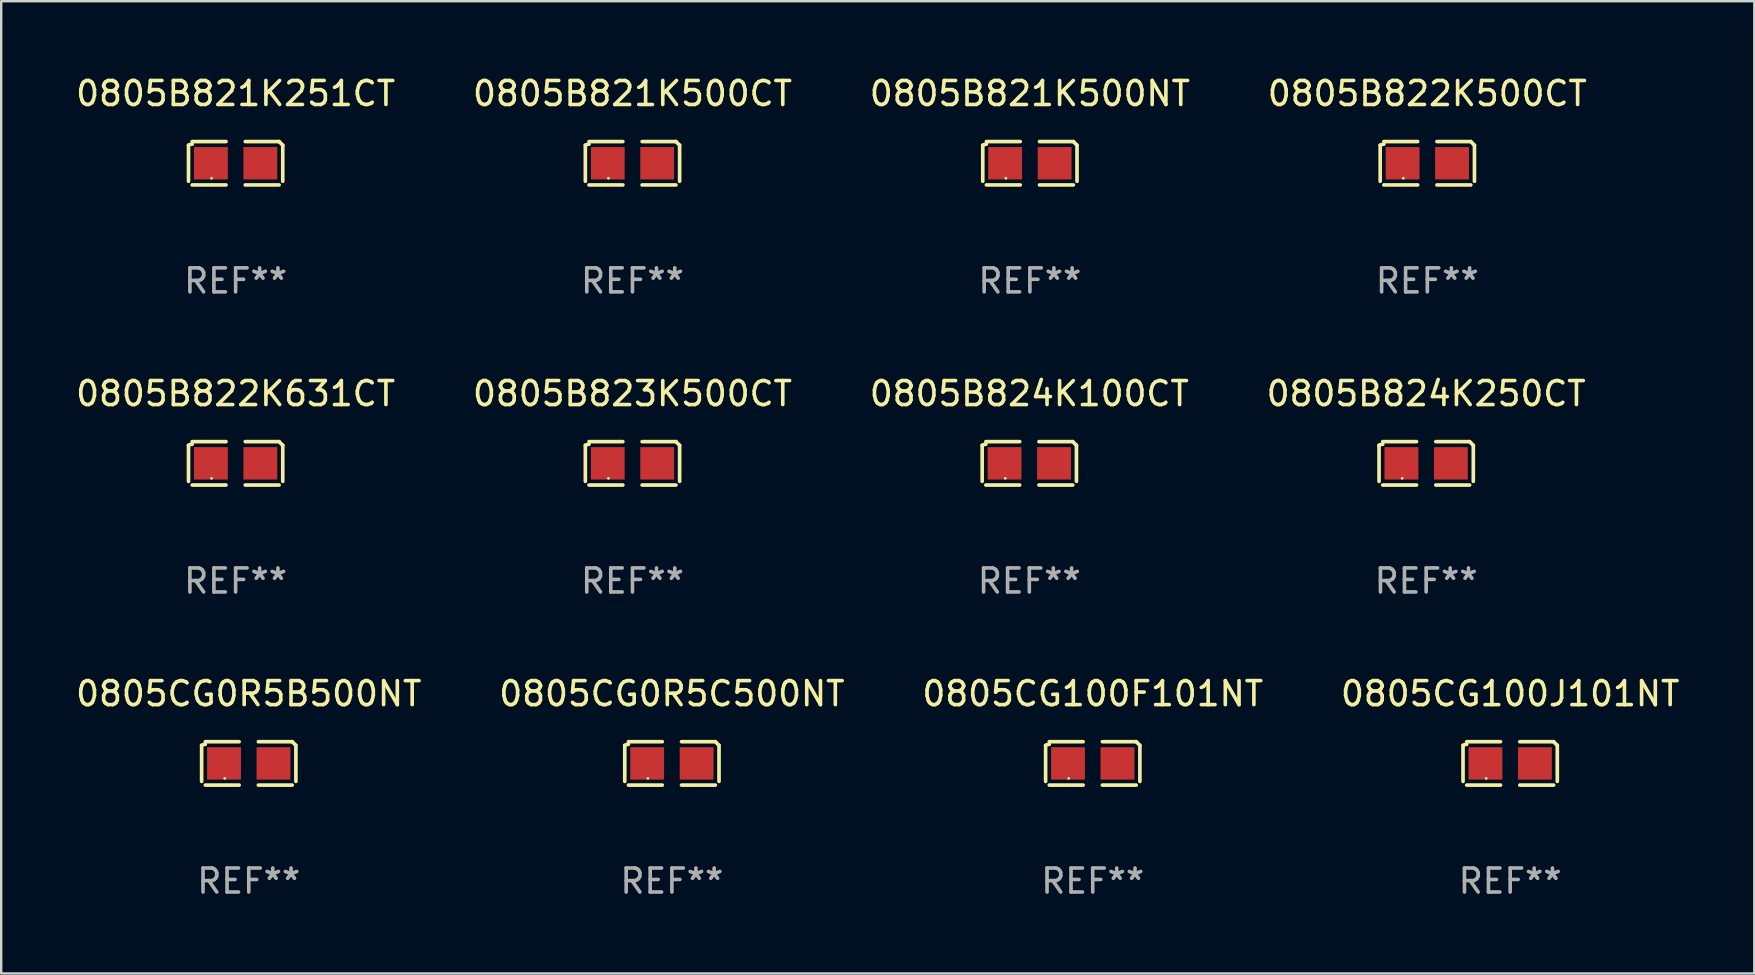
<source format=kicad_pcb>
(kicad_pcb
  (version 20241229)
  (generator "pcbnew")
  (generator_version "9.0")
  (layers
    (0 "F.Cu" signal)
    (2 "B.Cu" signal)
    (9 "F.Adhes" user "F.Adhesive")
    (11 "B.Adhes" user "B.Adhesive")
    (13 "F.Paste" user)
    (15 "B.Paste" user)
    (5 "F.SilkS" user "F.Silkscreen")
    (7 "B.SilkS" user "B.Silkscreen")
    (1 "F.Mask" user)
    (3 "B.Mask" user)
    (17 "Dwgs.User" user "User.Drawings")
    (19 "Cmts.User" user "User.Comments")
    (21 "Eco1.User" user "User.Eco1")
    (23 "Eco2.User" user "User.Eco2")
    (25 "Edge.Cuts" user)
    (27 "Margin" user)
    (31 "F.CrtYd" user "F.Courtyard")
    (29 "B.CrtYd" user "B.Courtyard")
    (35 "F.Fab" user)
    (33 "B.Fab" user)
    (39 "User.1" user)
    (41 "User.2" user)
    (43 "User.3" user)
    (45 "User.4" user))
  (footprint "0805CG100F101NT"
    (layer "F.Cu")
    (at 42.482 28.759)
    (property "Reference" "0805CG100F101NT" (at 0 -2.904 0) (layer "F.SilkS") (effects (font (size 1 1) (thickness 0.15))))
    (attr through_hole)
    (fp_line (start -1.964 0.751) (end -1.964 -0.751) (stroke (width 0.152) (type solid)) (layer "F.SilkS"))
    (fp_line (start -1.811 -0.904) (end -0.401 -0.904) (stroke (width 0.152) (type solid)) (layer "F.SilkS"))
    (fp_line (start -0.401 0.904) (end -1.811 0.904) (stroke (width 0.152) (type solid)) (layer "F.SilkS"))
    (fp_line (start 0.401 0.904) (end 1.811 0.904) (stroke (width 0.152) (type solid)) (layer "F.SilkS"))
    (fp_line (start 1.811 -0.904) (end 0.401 -0.904) (stroke (width 0.152) (type solid)) (layer "F.SilkS"))
    (fp_line (start 1.964 0.751) (end 1.964 -0.751) (stroke (width 0.152) (type solid)) (layer "F.SilkS"))
    (fp_arc (start -1.963602 -0.751207) (mid -1.890354 -0.783131) (end -1.811201 -0.794044) (stroke (width 0.1524) (type solid)) (layer "F.SilkS"))
    (fp_arc (start 1.811202 -0.903607) (mid 1.887413 -0.827418) (end 1.963602 -0.751207) (stroke (width 0.1524) (type solid)) (layer "F.SilkS"))
    (fp_circle (center -1 0.625) (end -0.97 0.625) (stroke (width 0.06) (type solid)) (fill no) (layer "F.SilkS"))
    (fp_text user "REF**" (at 0 4.904 0) (layer "F.Fab") (effects (font (size 1 1) (thickness 0.15))))
    (pad "1" smd rect (at -1.03 0) (size 1.41 1.35) (layers "F.Cu" "F.Mask" "F.Paste"))
    (pad "2" smd rect (at 1.03 0) (size 1.41 1.35) (layers "F.Cu" "F.Mask" "F.Paste")))
  (footprint "0805CG100J101NT"
    (layer "F.Cu")
    (at 59.875 28.759)
    (property "Reference" "0805CG100J101NT" (at 0 -2.904 0) (layer "F.SilkS") (effects (font (size 1 1) (thickness 0.15))))
    (attr through_hole)
    (fp_line (start -1.964 0.751) (end -1.964 -0.751) (stroke (width 0.152) (type solid)) (layer "F.SilkS"))
    (fp_line (start -1.811 -0.904) (end -0.401 -0.904) (stroke (width 0.152) (type solid)) (layer "F.SilkS"))
    (fp_line (start -0.401 0.904) (end -1.811 0.904) (stroke (width 0.152) (type solid)) (layer "F.SilkS"))
    (fp_line (start 0.401 0.904) (end 1.811 0.904) (stroke (width 0.152) (type solid)) (layer "F.SilkS"))
    (fp_line (start 1.811 -0.904) (end 0.401 -0.904) (stroke (width 0.152) (type solid)) (layer "F.SilkS"))
    (fp_line (start 1.964 0.751) (end 1.964 -0.751) (stroke (width 0.152) (type solid)) (layer "F.SilkS"))
    (fp_arc (start -1.963602 -0.751207) (mid -1.890354 -0.783131) (end -1.811201 -0.794044) (stroke (width 0.1524) (type solid)) (layer "F.SilkS"))
    (fp_arc (start 1.811202 -0.903607) (mid 1.887413 -0.827418) (end 1.963602 -0.751207) (stroke (width 0.1524) (type solid)) (layer "F.SilkS"))
    (fp_circle (center -1 0.625) (end -0.97 0.625) (stroke (width 0.06) (type solid)) (fill no) (layer "F.SilkS"))
    (fp_text user "REF**" (at 0 4.904 0) (layer "F.Fab") (effects (font (size 1 1) (thickness 0.15))))
    (pad "1" smd rect (at -1.03 0) (size 1.41 1.35) (layers "F.Cu" "F.Mask" "F.Paste"))
    (pad "2" smd rect (at 1.03 0) (size 1.41 1.35) (layers "F.Cu" "F.Mask" "F.Paste")))
  (footprint "0805B824K250CT"
    (layer "F.Cu")
    (at 56.375 16.256)
    (property "Reference" "0805B824K250CT" (at 0 -2.904 0) (layer "F.SilkS") (effects (font (size 1 1) (thickness 0.15))))
    (attr through_hole)
    (fp_line (start -1.964 0.751) (end -1.964 -0.751) (stroke (width 0.152) (type solid)) (layer "F.SilkS"))
    (fp_line (start -1.811 -0.904) (end -0.401 -0.904) (stroke (width 0.152) (type solid)) (layer "F.SilkS"))
    (fp_line (start -0.401 0.904) (end -1.811 0.904) (stroke (width 0.152) (type solid)) (layer "F.SilkS"))
    (fp_line (start 0.401 0.904) (end 1.811 0.904) (stroke (width 0.152) (type solid)) (layer "F.SilkS"))
    (fp_line (start 1.811 -0.904) (end 0.401 -0.904) (stroke (width 0.152) (type solid)) (layer "F.SilkS"))
    (fp_line (start 1.964 0.751) (end 1.964 -0.751) (stroke (width 0.152) (type solid)) (layer "F.SilkS"))
    (fp_arc (start -1.963602 -0.751207) (mid -1.890354 -0.783131) (end -1.811201 -0.794044) (stroke (width 0.1524) (type solid)) (layer "F.SilkS"))
    (fp_arc (start 1.811202 -0.903607) (mid 1.887413 -0.827418) (end 1.963602 -0.751207) (stroke (width 0.1524) (type solid)) (layer "F.SilkS"))
    (fp_circle (center -1 0.625) (end -0.97 0.625) (stroke (width 0.06) (type solid)) (fill no) (layer "F.SilkS"))
    (fp_text user "REF**" (at 0 4.904 0) (layer "F.Fab") (effects (font (size 1 1) (thickness 0.15))))
    (pad "1" smd rect (at -1.03 0) (size 1.41 1.35) (layers "F.Cu" "F.Mask" "F.Paste"))
    (pad "2" smd rect (at 1.03 0) (size 1.41 1.35) (layers "F.Cu" "F.Mask" "F.Paste")))
  (footprint "0805B821K251CT"
    (layer "F.Cu")
    (at 6.768 3.752)
    (property "Reference" "0805B821K251CT" (at 0 -2.904 0) (layer "F.SilkS") (effects (font (size 1 1) (thickness 0.15))))
    (attr through_hole)
    (fp_line (start -1.964 0.751) (end -1.964 -0.751) (stroke (width 0.152) (type solid)) (layer "F.SilkS"))
    (fp_line (start -1.811 -0.904) (end -0.401 -0.904) (stroke (width 0.152) (type solid)) (layer "F.SilkS"))
    (fp_line (start -0.401 0.904) (end -1.811 0.904) (stroke (width 0.152) (type solid)) (layer "F.SilkS"))
    (fp_line (start 0.401 0.904) (end 1.811 0.904) (stroke (width 0.152) (type solid)) (layer "F.SilkS"))
    (fp_line (start 1.811 -0.904) (end 0.401 -0.904) (stroke (width 0.152) (type solid)) (layer "F.SilkS"))
    (fp_line (start 1.964 0.751) (end 1.964 -0.751) (stroke (width 0.152) (type solid)) (layer "F.SilkS"))
    (fp_arc (start -1.963602 -0.751207) (mid -1.890354 -0.783131) (end -1.811201 -0.794044) (stroke (width 0.1524) (type solid)) (layer "F.SilkS"))
    (fp_arc (start 1.811202 -0.903607) (mid 1.887413 -0.827418) (end 1.963602 -0.751207) (stroke (width 0.1524) (type solid)) (layer "F.SilkS"))
    (fp_circle (center -1 0.625) (end -0.97 0.625) (stroke (width 0.06) (type solid)) (fill no) (layer "F.SilkS"))
    (fp_text user "REF**" (at 0 4.904 0) (layer "F.Fab") (effects (font (size 1 1) (thickness 0.15))))
    (pad "1" smd rect (at -1.03 0) (size 1.41 1.35) (layers "F.Cu" "F.Mask" "F.Paste"))
    (pad "2" smd rect (at 1.03 0) (size 1.41 1.35) (layers "F.Cu" "F.Mask" "F.Paste")))
  (footprint "0805B821K500NT"
    (layer "F.Cu")
    (at 39.863 3.752)
    (property "Reference" "0805B821K500NT" (at 0 -2.904 0) (layer "F.SilkS") (effects (font (size 1 1) (thickness 0.15))))
    (attr through_hole)
    (fp_line (start -1.964 0.751) (end -1.964 -0.751) (stroke (width 0.152) (type solid)) (layer "F.SilkS"))
    (fp_line (start -1.811 -0.904) (end -0.401 -0.904) (stroke (width 0.152) (type solid)) (layer "F.SilkS"))
    (fp_line (start -0.401 0.904) (end -1.811 0.904) (stroke (width 0.152) (type solid)) (layer "F.SilkS"))
    (fp_line (start 0.401 0.904) (end 1.811 0.904) (stroke (width 0.152) (type solid)) (layer "F.SilkS"))
    (fp_line (start 1.811 -0.904) (end 0.401 -0.904) (stroke (width 0.152) (type solid)) (layer "F.SilkS"))
    (fp_line (start 1.964 0.751) (end 1.964 -0.751) (stroke (width 0.152) (type solid)) (layer "F.SilkS"))
    (fp_arc (start -1.963602 -0.751207) (mid -1.890354 -0.783131) (end -1.811201 -0.794044) (stroke (width 0.1524) (type solid)) (layer "F.SilkS"))
    (fp_arc (start 1.811202 -0.903607) (mid 1.887413 -0.827418) (end 1.963602 -0.751207) (stroke (width 0.1524) (type solid)) (layer "F.SilkS"))
    (fp_circle (center -1 0.625) (end -0.97 0.625) (stroke (width 0.06) (type solid)) (fill no) (layer "F.SilkS"))
    (fp_text user "REF**" (at 0 4.904 0) (layer "F.Fab") (effects (font (size 1 1) (thickness 0.15))))
    (pad "1" smd rect (at -1.03 0) (size 1.41 1.35) (layers "F.Cu" "F.Mask" "F.Paste"))
    (pad "2" smd rect (at 1.03 0) (size 1.41 1.35) (layers "F.Cu" "F.Mask" "F.Paste")))
  (footprint "0805B822K631CT"
    (layer "F.Cu")
    (at 6.768 16.256)
    (property "Reference" "0805B822K631CT" (at 0 -2.904 0) (layer "F.SilkS") (effects (font (size 1 1) (thickness 0.15))))
    (attr through_hole)
    (fp_line (start -1.964 0.751) (end -1.964 -0.751) (stroke (width 0.152) (type solid)) (layer "F.SilkS"))
    (fp_line (start -1.811 -0.904) (end -0.401 -0.904) (stroke (width 0.152) (type solid)) (layer "F.SilkS"))
    (fp_line (start -0.401 0.904) (end -1.811 0.904) (stroke (width 0.152) (type solid)) (layer "F.SilkS"))
    (fp_line (start 0.401 0.904) (end 1.811 0.904) (stroke (width 0.152) (type solid)) (layer "F.SilkS"))
    (fp_line (start 1.811 -0.904) (end 0.401 -0.904) (stroke (width 0.152) (type solid)) (layer "F.SilkS"))
    (fp_line (start 1.964 0.751) (end 1.964 -0.751) (stroke (width 0.152) (type solid)) (layer "F.SilkS"))
    (fp_arc (start -1.963602 -0.751207) (mid -1.890354 -0.783131) (end -1.811201 -0.794044) (stroke (width 0.1524) (type solid)) (layer "F.SilkS"))
    (fp_arc (start 1.811202 -0.903607) (mid 1.887413 -0.827418) (end 1.963602 -0.751207) (stroke (width 0.1524) (type solid)) (layer "F.SilkS"))
    (fp_circle (center -1 0.625) (end -0.97 0.625) (stroke (width 0.06) (type solid)) (fill no) (layer "F.SilkS"))
    (fp_text user "REF**" (at 0 4.904 0) (layer "F.Fab") (effects (font (size 1 1) (thickness 0.15))))
    (pad "1" smd rect (at -1.03 0) (size 1.41 1.35) (layers "F.Cu" "F.Mask" "F.Paste"))
    (pad "2" smd rect (at 1.03 0) (size 1.41 1.35) (layers "F.Cu" "F.Mask" "F.Paste")))
  (footprint "0805B822K500CT"
    (layer "F.Cu")
    (at 56.423 3.752)
    (property "Reference" "0805B822K500CT" (at 0 -2.904 0) (layer "F.SilkS") (effects (font (size 1 1) (thickness 0.15))))
    (attr through_hole)
    (fp_line (start -1.964 0.751) (end -1.964 -0.751) (stroke (width 0.152) (type solid)) (layer "F.SilkS"))
    (fp_line (start -1.811 -0.904) (end -0.401 -0.904) (stroke (width 0.152) (type solid)) (layer "F.SilkS"))
    (fp_line (start -0.401 0.904) (end -1.811 0.904) (stroke (width 0.152) (type solid)) (layer "F.SilkS"))
    (fp_line (start 0.401 0.904) (end 1.811 0.904) (stroke (width 0.152) (type solid)) (layer "F.SilkS"))
    (fp_line (start 1.811 -0.904) (end 0.401 -0.904) (stroke (width 0.152) (type solid)) (layer "F.SilkS"))
    (fp_line (start 1.964 0.751) (end 1.964 -0.751) (stroke (width 0.152) (type solid)) (layer "F.SilkS"))
    (fp_arc (start -1.963602 -0.751207) (mid -1.890354 -0.783131) (end -1.811201 -0.794044) (stroke (width 0.1524) (type solid)) (layer "F.SilkS"))
    (fp_arc (start 1.811202 -0.903607) (mid 1.887413 -0.827418) (end 1.963602 -0.751207) (stroke (width 0.1524) (type solid)) (layer "F.SilkS"))
    (fp_circle (center -1 0.625) (end -0.97 0.625) (stroke (width 0.06) (type solid)) (fill no) (layer "F.SilkS"))
    (fp_text user "REF**" (at 0 4.904 0) (layer "F.Fab") (effects (font (size 1 1) (thickness 0.15))))
    (pad "1" smd rect (at -1.03 0) (size 1.41 1.35) (layers "F.Cu" "F.Mask" "F.Paste"))
    (pad "2" smd rect (at 1.03 0) (size 1.41 1.35) (layers "F.Cu" "F.Mask" "F.Paste")))
  (footprint "0805B824K100CT"
    (layer "F.Cu")
    (at 39.839 16.256)
    (property "Reference" "0805B824K100CT" (at 0 -2.904 0) (layer "F.SilkS") (effects (font (size 1 1) (thickness 0.15))))
    (attr through_hole)
    (fp_line (start -1.964 0.751) (end -1.964 -0.751) (stroke (width 0.152) (type solid)) (layer "F.SilkS"))
    (fp_line (start -1.811 -0.904) (end -0.401 -0.904) (stroke (width 0.152) (type solid)) (layer "F.SilkS"))
    (fp_line (start -0.401 0.904) (end -1.811 0.904) (stroke (width 0.152) (type solid)) (layer "F.SilkS"))
    (fp_line (start 0.401 0.904) (end 1.811 0.904) (stroke (width 0.152) (type solid)) (layer "F.SilkS"))
    (fp_line (start 1.811 -0.904) (end 0.401 -0.904) (stroke (width 0.152) (type solid)) (layer "F.SilkS"))
    (fp_line (start 1.964 0.751) (end 1.964 -0.751) (stroke (width 0.152) (type solid)) (layer "F.SilkS"))
    (fp_arc (start -1.963602 -0.751207) (mid -1.890354 -0.783131) (end -1.811201 -0.794044) (stroke (width 0.1524) (type solid)) (layer "F.SilkS"))
    (fp_arc (start 1.811202 -0.903607) (mid 1.887413 -0.827418) (end 1.963602 -0.751207) (stroke (width 0.1524) (type solid)) (layer "F.SilkS"))
    (fp_circle (center -1 0.625) (end -0.97 0.625) (stroke (width 0.06) (type solid)) (fill no) (layer "F.SilkS"))
    (fp_text user "REF**" (at 0 4.904 0) (layer "F.Fab") (effects (font (size 1 1) (thickness 0.15))))
    (pad "1" smd rect (at -1.03 0) (size 1.41 1.35) (layers "F.Cu" "F.Mask" "F.Paste"))
    (pad "2" smd rect (at 1.03 0) (size 1.41 1.35) (layers "F.Cu" "F.Mask" "F.Paste")))
  (footprint "0805B821K500CT"
    (layer "F.Cu")
    (at 23.304 3.752)
    (property "Reference" "0805B821K500CT" (at 0 -2.904 0) (layer "F.SilkS") (effects (font (size 1 1) (thickness 0.15))))
    (attr through_hole)
    (fp_line (start -1.964 0.751) (end -1.964 -0.751) (stroke (width 0.152) (type solid)) (layer "F.SilkS"))
    (fp_line (start -1.811 -0.904) (end -0.401 -0.904) (stroke (width 0.152) (type solid)) (layer "F.SilkS"))
    (fp_line (start -0.401 0.904) (end -1.811 0.904) (stroke (width 0.152) (type solid)) (layer "F.SilkS"))
    (fp_line (start 0.401 0.904) (end 1.811 0.904) (stroke (width 0.152) (type solid)) (layer "F.SilkS"))
    (fp_line (start 1.811 -0.904) (end 0.401 -0.904) (stroke (width 0.152) (type solid)) (layer "F.SilkS"))
    (fp_line (start 1.964 0.751) (end 1.964 -0.751) (stroke (width 0.152) (type solid)) (layer "F.SilkS"))
    (fp_arc (start -1.963602 -0.751207) (mid -1.890354 -0.783131) (end -1.811201 -0.794044) (stroke (width 0.1524) (type solid)) (layer "F.SilkS"))
    (fp_arc (start 1.811202 -0.903607) (mid 1.887413 -0.827418) (end 1.963602 -0.751207) (stroke (width 0.1524) (type solid)) (layer "F.SilkS"))
    (fp_circle (center -1 0.625) (end -0.97 0.625) (stroke (width 0.06) (type solid)) (fill no) (layer "F.SilkS"))
    (fp_text user "REF**" (at 0 4.904 0) (layer "F.Fab") (effects (font (size 1 1) (thickness 0.15))))
    (pad "1" smd rect (at -1.03 0) (size 1.41 1.35) (layers "F.Cu" "F.Mask" "F.Paste"))
    (pad "2" smd rect (at 1.03 0) (size 1.41 1.35) (layers "F.Cu" "F.Mask" "F.Paste")))
  (footprint "0805CG0R5C500NT"
    (layer "F.Cu")
    (at 24.946 28.759)
    (property "Reference" "0805CG0R5C500NT" (at 0 -2.904 0) (layer "F.SilkS") (effects (font (size 1 1) (thickness 0.15))))
    (attr through_hole)
    (fp_line (start -1.964 0.751) (end -1.964 -0.751) (stroke (width 0.152) (type solid)) (layer "F.SilkS"))
    (fp_line (start -1.811 -0.904) (end -0.401 -0.904) (stroke (width 0.152) (type solid)) (layer "F.SilkS"))
    (fp_line (start -0.401 0.904) (end -1.811 0.904) (stroke (width 0.152) (type solid)) (layer "F.SilkS"))
    (fp_line (start 0.401 0.904) (end 1.811 0.904) (stroke (width 0.152) (type solid)) (layer "F.SilkS"))
    (fp_line (start 1.811 -0.904) (end 0.401 -0.904) (stroke (width 0.152) (type solid)) (layer "F.SilkS"))
    (fp_line (start 1.964 0.751) (end 1.964 -0.751) (stroke (width 0.152) (type solid)) (layer "F.SilkS"))
    (fp_arc (start -1.963602 -0.751207) (mid -1.890354 -0.783131) (end -1.811201 -0.794044) (stroke (width 0.1524) (type solid)) (layer "F.SilkS"))
    (fp_arc (start 1.811202 -0.903607) (mid 1.887413 -0.827418) (end 1.963602 -0.751207) (stroke (width 0.1524) (type solid)) (layer "F.SilkS"))
    (fp_circle (center -1 0.625) (end -0.97 0.625) (stroke (width 0.06) (type solid)) (fill no) (layer "F.SilkS"))
    (fp_text user "REF**" (at 0 4.904 0) (layer "F.Fab") (effects (font (size 1 1) (thickness 0.15))))
    (pad "1" smd rect (at -1.03 0) (size 1.41 1.35) (layers "F.Cu" "F.Mask" "F.Paste"))
    (pad "2" smd rect (at 1.03 0) (size 1.41 1.35) (layers "F.Cu" "F.Mask" "F.Paste")))
  (footprint "0805CG0R5B500NT"
    (layer "F.Cu")
    (at 7.315 28.759)
    (property "Reference" "0805CG0R5B500NT" (at 0 -2.904 0) (layer "F.SilkS") (effects (font (size 1 1) (thickness 0.15))))
    (attr through_hole)
    (fp_line (start -1.964 0.751) (end -1.964 -0.751) (stroke (width 0.152) (type solid)) (layer "F.SilkS"))
    (fp_line (start -1.811 -0.904) (end -0.401 -0.904) (stroke (width 0.152) (type solid)) (layer "F.SilkS"))
    (fp_line (start -0.401 0.904) (end -1.811 0.904) (stroke (width 0.152) (type solid)) (layer "F.SilkS"))
    (fp_line (start 0.401 0.904) (end 1.811 0.904) (stroke (width 0.152) (type solid)) (layer "F.SilkS"))
    (fp_line (start 1.811 -0.904) (end 0.401 -0.904) (stroke (width 0.152) (type solid)) (layer "F.SilkS"))
    (fp_line (start 1.964 0.751) (end 1.964 -0.751) (stroke (width 0.152) (type solid)) (layer "F.SilkS"))
    (fp_arc (start -1.963602 -0.751207) (mid -1.890354 -0.783131) (end -1.811201 -0.794044) (stroke (width 0.1524) (type solid)) (layer "F.SilkS"))
    (fp_arc (start 1.811202 -0.903607) (mid 1.887413 -0.827418) (end 1.963602 -0.751207) (stroke (width 0.1524) (type solid)) (layer "F.SilkS"))
    (fp_circle (center -1 0.625) (end -0.97 0.625) (stroke (width 0.06) (type solid)) (fill no) (layer "F.SilkS"))
    (fp_text user "REF**" (at 0 4.904 0) (layer "F.Fab") (effects (font (size 1 1) (thickness 0.15))))
    (pad "1" smd rect (at -1.03 0) (size 1.41 1.35) (layers "F.Cu" "F.Mask" "F.Paste"))
    (pad "2" smd rect (at 1.03 0) (size 1.41 1.35) (layers "F.Cu" "F.Mask" "F.Paste")))
  (footprint "0805B823K500CT"
    (layer "F.Cu")
    (at 23.304 16.256)
    (property "Reference" "0805B823K500CT" (at 0 -2.904 0) (layer "F.SilkS") (effects (font (size 1 1) (thickness 0.15))))
    (attr through_hole)
    (fp_line (start -1.964 0.751) (end -1.964 -0.751) (stroke (width 0.152) (type solid)) (layer "F.SilkS"))
    (fp_line (start -1.811 -0.904) (end -0.401 -0.904) (stroke (width 0.152) (type solid)) (layer "F.SilkS"))
    (fp_line (start -0.401 0.904) (end -1.811 0.904) (stroke (width 0.152) (type solid)) (layer "F.SilkS"))
    (fp_line (start 0.401 0.904) (end 1.811 0.904) (stroke (width 0.152) (type solid)) (layer "F.SilkS"))
    (fp_line (start 1.811 -0.904) (end 0.401 -0.904) (stroke (width 0.152) (type solid)) (layer "F.SilkS"))
    (fp_line (start 1.964 0.751) (end 1.964 -0.751) (stroke (width 0.152) (type solid)) (layer "F.SilkS"))
    (fp_arc (start -1.963602 -0.751207) (mid -1.890354 -0.783131) (end -1.811201 -0.794044) (stroke (width 0.1524) (type solid)) (layer "F.SilkS"))
    (fp_arc (start 1.811202 -0.903607) (mid 1.887413 -0.827418) (end 1.963602 -0.751207) (stroke (width 0.1524) (type solid)) (layer "F.SilkS"))
    (fp_circle (center -1 0.625) (end -0.97 0.625) (stroke (width 0.06) (type solid)) (fill no) (layer "F.SilkS"))
    (fp_text user "REF**" (at 0 4.904 0) (layer "F.Fab") (effects (font (size 1 1) (thickness 0.15))))
    (pad "1" smd rect (at -1.03 0) (size 1.41 1.35) (layers "F.Cu" "F.Mask" "F.Paste"))
    (pad "2" smd rect (at 1.03 0) (size 1.41 1.35) (layers "F.Cu" "F.Mask" "F.Paste")))
  (gr_rect
    (start -3 -3)
    (end 70.048 37.511)
    (stroke (width 0.1) (type default))
    (fill no)
    (layer "Edge.Cuts")))
</source>
